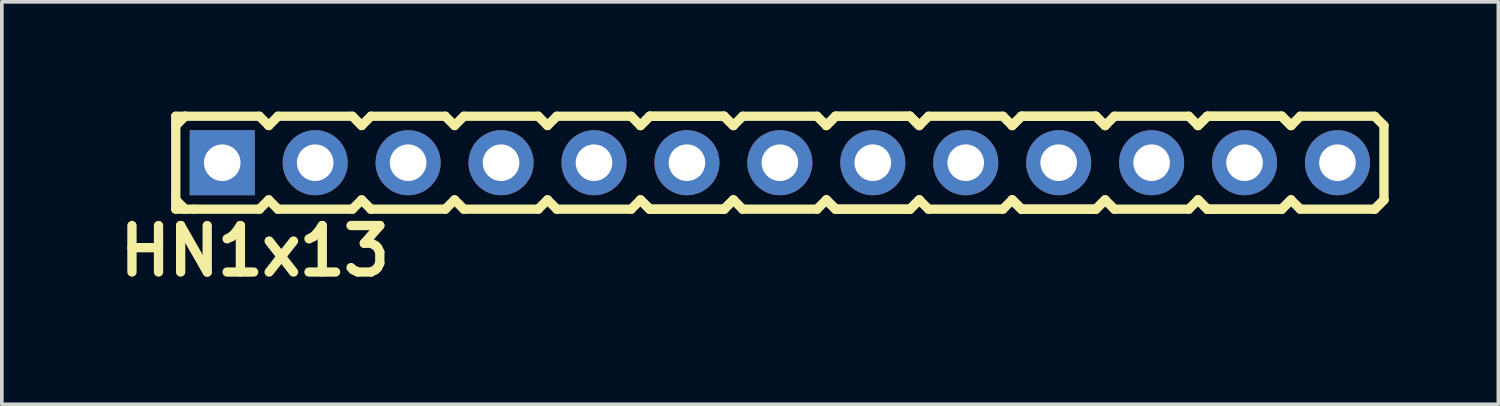
<source format=kicad_pcb>
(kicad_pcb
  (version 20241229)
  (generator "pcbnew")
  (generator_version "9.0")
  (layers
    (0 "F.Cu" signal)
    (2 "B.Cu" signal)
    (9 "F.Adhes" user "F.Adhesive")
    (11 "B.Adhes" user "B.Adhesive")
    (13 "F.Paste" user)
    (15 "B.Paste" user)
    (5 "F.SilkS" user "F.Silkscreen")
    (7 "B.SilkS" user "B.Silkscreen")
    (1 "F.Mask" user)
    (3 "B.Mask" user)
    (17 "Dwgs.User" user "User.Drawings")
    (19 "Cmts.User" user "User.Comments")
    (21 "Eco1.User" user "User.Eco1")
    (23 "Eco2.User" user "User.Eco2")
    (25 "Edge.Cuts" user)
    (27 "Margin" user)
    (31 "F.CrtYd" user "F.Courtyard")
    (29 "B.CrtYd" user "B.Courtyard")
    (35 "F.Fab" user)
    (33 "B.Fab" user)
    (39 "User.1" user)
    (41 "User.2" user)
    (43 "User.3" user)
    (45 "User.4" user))
  (footprint "HN1x13"
    (layer "F.Cu")
    (at 18.264 1.397)
    (property "Reference" "HN1x13" (at -14.351 2.413 0) (layer "F.SilkS") (effects (font (size 1.27 1.27) (thickness 0.254))))
    (attr smd)
    (fp_line (start -16.51 -1.27) (end -16.51 1.27) (stroke (width 0.254) (type solid)) (layer "F.SilkS"))
    (fp_line (start -16.51 -1.27) (end -16.256 -1.27) (stroke (width 0.254) (type solid)) (layer "F.SilkS"))
    (fp_line (start -16.51 -1.016) (end -16.256 -1.27) (stroke (width 0.254) (type solid)) (layer "F.SilkS"))
    (fp_line (start -16.256 -1.27) (end -14.224 -1.27) (stroke (width 0.254) (type solid)) (layer "F.SilkS"))
    (fp_line (start -16.256 1.27) (end -16.51 1.016) (stroke (width 0.254) (type solid)) (layer "F.SilkS"))
    (fp_line (start -16.002 1.27) (end -16.51 1.27) (stroke (width 0.254) (type solid)) (layer "F.SilkS"))
    (fp_line (start -14.224 -1.27) (end -13.97 -1.016) (stroke (width 0.254) (type solid)) (layer "F.SilkS"))
    (fp_line (start -14.224 1.27) (end -16.002 1.27) (stroke (width 0.254) (type solid)) (layer "F.SilkS"))
    (fp_line (start -13.97 -1.016) (end -13.716 -1.27) (stroke (width 0.254) (type solid)) (layer "F.SilkS"))
    (fp_line (start -13.97 1.016) (end -14.224 1.27) (stroke (width 0.254) (type solid)) (layer "F.SilkS"))
    (fp_line (start -13.716 -1.27) (end -11.684 -1.27) (stroke (width 0.254) (type solid)) (layer "F.SilkS"))
    (fp_line (start -13.716 1.27) (end -13.97 1.016) (stroke (width 0.254) (type solid)) (layer "F.SilkS"))
    (fp_line (start -11.684 -1.27) (end -11.43 -1.016) (stroke (width 0.254) (type solid)) (layer "F.SilkS"))
    (fp_line (start -11.684 1.27) (end -13.716 1.27) (stroke (width 0.254) (type solid)) (layer "F.SilkS"))
    (fp_line (start -11.684 1.27) (end -11.43 1.016) (stroke (width 0.254) (type solid)) (layer "F.SilkS"))
    (fp_line (start -11.43 -1.016) (end -11.176 -1.27) (stroke (width 0.254) (type solid)) (layer "F.SilkS"))
    (fp_line (start -11.43 1.016) (end -11.176 1.27) (stroke (width 0.254) (type solid)) (layer "F.SilkS"))
    (fp_line (start -11.176 -1.27) (end -9.144 -1.27) (stroke (width 0.254) (type solid)) (layer "F.SilkS"))
    (fp_line (start -9.144 -1.27) (end -8.89 -1.016) (stroke (width 0.254) (type solid)) (layer "F.SilkS"))
    (fp_line (start -9.144 1.27) (end -11.176 1.27) (stroke (width 0.254) (type solid)) (layer "F.SilkS"))
    (fp_line (start -8.89 -1.016) (end -8.636 -1.27) (stroke (width 0.254) (type solid)) (layer "F.SilkS"))
    (fp_line (start -8.89 1.016) (end -9.144 1.27) (stroke (width 0.254) (type solid)) (layer "F.SilkS"))
    (fp_line (start -8.636 -1.27) (end -6.604 -1.27) (stroke (width 0.254) (type solid)) (layer "F.SilkS"))
    (fp_line (start -8.636 1.27) (end -8.89 1.016) (stroke (width 0.254) (type solid)) (layer "F.SilkS"))
    (fp_line (start -6.604 -1.27) (end -6.35 -1.016) (stroke (width 0.254) (type solid)) (layer "F.SilkS"))
    (fp_line (start -6.604 1.27) (end -8.636 1.27) (stroke (width 0.254) (type solid)) (layer "F.SilkS"))
    (fp_line (start -6.35 -1.016) (end -6.096 -1.27) (stroke (width 0.254) (type solid)) (layer "F.SilkS"))
    (fp_line (start -6.35 1.016) (end -6.604 1.27) (stroke (width 0.254) (type solid)) (layer "F.SilkS"))
    (fp_line (start -6.096 -1.27) (end -4.064 -1.27) (stroke (width 0.254) (type solid)) (layer "F.SilkS"))
    (fp_line (start -6.096 1.27) (end -6.35 1.016) (stroke (width 0.254) (type solid)) (layer "F.SilkS"))
    (fp_line (start -4.064 -1.27) (end -3.81 -1.016) (stroke (width 0.254) (type solid)) (layer "F.SilkS"))
    (fp_line (start -4.064 1.27) (end -6.096 1.27) (stroke (width 0.254) (type solid)) (layer "F.SilkS"))
    (fp_line (start -3.81 -1.016) (end -3.556 -1.27) (stroke (width 0.254) (type solid)) (layer "F.SilkS"))
    (fp_line (start -3.81 -1.016) (end -3.556 -1.27) (stroke (width 0.254) (type solid)) (layer "F.SilkS"))
    (fp_line (start -3.81 1.016) (end -4.064 1.27) (stroke (width 0.254) (type solid)) (layer "F.SilkS"))
    (fp_line (start -3.556 -1.27) (end -1.524 -1.27) (stroke (width 0.254) (type solid)) (layer "F.SilkS"))
    (fp_line (start -3.556 -1.27) (end -1.524 -1.27) (stroke (width 0.254) (type solid)) (layer "F.SilkS"))
    (fp_line (start -3.556 1.27) (end -3.81 1.016) (stroke (width 0.254) (type solid)) (layer "F.SilkS"))
    (fp_line (start -3.556 1.27) (end -3.81 1.016) (stroke (width 0.254) (type solid)) (layer "F.SilkS"))
    (fp_line (start -1.524 -1.27) (end -1.27 -1.016) (stroke (width 0.254) (type solid)) (layer "F.SilkS"))
    (fp_line (start -1.524 -1.27) (end -1.27 -1.016) (stroke (width 0.254) (type solid)) (layer "F.SilkS"))
    (fp_line (start -1.524 1.27) (end -3.556 1.27) (stroke (width 0.254) (type solid)) (layer "F.SilkS"))
    (fp_line (start -1.524 1.27) (end -3.556 1.27) (stroke (width 0.254) (type solid)) (layer "F.SilkS"))
    (fp_line (start -1.27 -1.016) (end -1.016 -1.27) (stroke (width 0.254) (type solid)) (layer "F.SilkS"))
    (fp_line (start -1.27 1.016) (end -1.524 1.27) (stroke (width 0.254) (type solid)) (layer "F.SilkS"))
    (fp_line (start -1.27 1.016) (end -1.524 1.27) (stroke (width 0.254) (type solid)) (layer "F.SilkS"))
    (fp_line (start -1.016 -1.27) (end 1.016 -1.27) (stroke (width 0.254) (type solid)) (layer "F.SilkS"))
    (fp_line (start -1.016 1.27) (end -1.27 1.016) (stroke (width 0.254) (type solid)) (layer "F.SilkS"))
    (fp_line (start 1.016 -1.27) (end 1.27 -1.016) (stroke (width 0.254) (type solid)) (layer "F.SilkS"))
    (fp_line (start 1.016 1.27) (end -1.016 1.27) (stroke (width 0.254) (type solid)) (layer "F.SilkS"))
    (fp_line (start 1.27 -1.016) (end 1.524 -1.27) (stroke (width 0.254) (type solid)) (layer "F.SilkS"))
    (fp_line (start 1.27 -1.016) (end 1.524 -1.27) (stroke (width 0.254) (type solid)) (layer "F.SilkS"))
    (fp_line (start 1.27 1.016) (end 1.016 1.27) (stroke (width 0.254) (type solid)) (layer "F.SilkS"))
    (fp_line (start 1.524 -1.27) (end 3.556 -1.27) (stroke (width 0.254) (type solid)) (layer "F.SilkS"))
    (fp_line (start 1.524 -1.27) (end 3.556 -1.27) (stroke (width 0.254) (type solid)) (layer "F.SilkS"))
    (fp_line (start 1.524 1.27) (end 1.27 1.016) (stroke (width 0.254) (type solid)) (layer "F.SilkS"))
    (fp_line (start 1.524 1.27) (end 1.27 1.016) (stroke (width 0.254) (type solid)) (layer "F.SilkS"))
    (fp_line (start 3.556 -1.27) (end 3.81 -1.016) (stroke (width 0.254) (type solid)) (layer "F.SilkS"))
    (fp_line (start 3.556 -1.27) (end 3.81 -1.016) (stroke (width 0.254) (type solid)) (layer "F.SilkS"))
    (fp_line (start 3.556 1.27) (end 1.524 1.27) (stroke (width 0.254) (type solid)) (layer "F.SilkS"))
    (fp_line (start 3.556 1.27) (end 1.524 1.27) (stroke (width 0.254) (type solid)) (layer "F.SilkS"))
    (fp_line (start 3.81 -1.016) (end 4.064 -1.27) (stroke (width 0.254) (type solid)) (layer "F.SilkS"))
    (fp_line (start 3.81 1.016) (end 3.556 1.27) (stroke (width 0.254) (type solid)) (layer "F.SilkS"))
    (fp_line (start 3.81 1.016) (end 3.556 1.27) (stroke (width 0.254) (type solid)) (layer "F.SilkS"))
    (fp_line (start 4.064 -1.27) (end 6.096 -1.27) (stroke (width 0.254) (type solid)) (layer "F.SilkS"))
    (fp_line (start 4.064 1.27) (end 3.81 1.016) (stroke (width 0.254) (type solid)) (layer "F.SilkS"))
    (fp_line (start 6.096 -1.27) (end 6.35 -1.016) (stroke (width 0.254) (type solid)) (layer "F.SilkS"))
    (fp_line (start 6.096 1.27) (end 4.064 1.27) (stroke (width 0.254) (type solid)) (layer "F.SilkS"))
    (fp_line (start 6.35 -1.016) (end 6.604 -1.27) (stroke (width 0.254) (type solid)) (layer "F.SilkS"))
    (fp_line (start 6.35 -1.016) (end 6.604 -1.27) (stroke (width 0.254) (type solid)) (layer "F.SilkS"))
    (fp_line (start 6.35 1.016) (end 6.096 1.27) (stroke (width 0.254) (type solid)) (layer "F.SilkS"))
    (fp_line (start 6.604 -1.27) (end 8.636 -1.27) (stroke (width 0.254) (type solid)) (layer "F.SilkS"))
    (fp_line (start 6.604 -1.27) (end 8.636 -1.27) (stroke (width 0.254) (type solid)) (layer "F.SilkS"))
    (fp_line (start 6.604 1.27) (end 6.35 1.016) (stroke (width 0.254) (type solid)) (layer "F.SilkS"))
    (fp_line (start 6.604 1.27) (end 6.35 1.016) (stroke (width 0.254) (type solid)) (layer "F.SilkS"))
    (fp_line (start 8.636 -1.27) (end 8.89 -1.016) (stroke (width 0.254) (type solid)) (layer "F.SilkS"))
    (fp_line (start 8.636 -1.27) (end 8.89 -1.016) (stroke (width 0.254) (type solid)) (layer "F.SilkS"))
    (fp_line (start 8.636 1.27) (end 6.604 1.27) (stroke (width 0.254) (type solid)) (layer "F.SilkS"))
    (fp_line (start 8.636 1.27) (end 6.604 1.27) (stroke (width 0.254) (type solid)) (layer "F.SilkS"))
    (fp_line (start 8.89 -1.016) (end 9.144 -1.27) (stroke (width 0.254) (type solid)) (layer "F.SilkS"))
    (fp_line (start 8.89 1.016) (end 8.636 1.27) (stroke (width 0.254) (type solid)) (layer "F.SilkS"))
    (fp_line (start 8.89 1.016) (end 8.636 1.27) (stroke (width 0.254) (type solid)) (layer "F.SilkS"))
    (fp_line (start 9.144 -1.27) (end 11.176 -1.27) (stroke (width 0.254) (type solid)) (layer "F.SilkS"))
    (fp_line (start 9.144 1.27) (end 8.89 1.016) (stroke (width 0.254) (type solid)) (layer "F.SilkS"))
    (fp_line (start 11.176 -1.27) (end 11.43 -1.016) (stroke (width 0.254) (type solid)) (layer "F.SilkS"))
    (fp_line (start 11.176 1.27) (end 9.144 1.27) (stroke (width 0.254) (type solid)) (layer "F.SilkS"))
    (fp_line (start 11.43 -1.016) (end 11.684 -1.27) (stroke (width 0.254) (type solid)) (layer "F.SilkS"))
    (fp_line (start 11.43 -1.016) (end 11.684 -1.27) (stroke (width 0.254) (type solid)) (layer "F.SilkS"))
    (fp_line (start 11.43 1.016) (end 11.176 1.27) (stroke (width 0.254) (type solid)) (layer "F.SilkS"))
    (fp_line (start 11.684 -1.27) (end 13.716 -1.27) (stroke (width 0.254) (type solid)) (layer "F.SilkS"))
    (fp_line (start 11.684 -1.27) (end 13.716 -1.27) (stroke (width 0.254) (type solid)) (layer "F.SilkS"))
    (fp_line (start 11.684 1.27) (end 11.43 1.016) (stroke (width 0.254) (type solid)) (layer "F.SilkS"))
    (fp_line (start 11.684 1.27) (end 11.43 1.016) (stroke (width 0.254) (type solid)) (layer "F.SilkS"))
    (fp_line (start 13.716 -1.27) (end 13.97 -1.016) (stroke (width 0.254) (type solid)) (layer "F.SilkS"))
    (fp_line (start 13.716 -1.27) (end 13.97 -1.016) (stroke (width 0.254) (type solid)) (layer "F.SilkS"))
    (fp_line (start 13.716 1.27) (end 11.684 1.27) (stroke (width 0.254) (type solid)) (layer "F.SilkS"))
    (fp_line (start 13.716 1.27) (end 11.684 1.27) (stroke (width 0.254) (type solid)) (layer "F.SilkS"))
    (fp_line (start 13.97 -1.016) (end 14.224 -1.27) (stroke (width 0.254) (type solid)) (layer "F.SilkS"))
    (fp_line (start 13.97 1.016) (end 13.716 1.27) (stroke (width 0.254) (type solid)) (layer "F.SilkS"))
    (fp_line (start 13.97 1.016) (end 13.716 1.27) (stroke (width 0.254) (type solid)) (layer "F.SilkS"))
    (fp_line (start 14.224 -1.27) (end 16.256 -1.27) (stroke (width 0.254) (type solid)) (layer "F.SilkS"))
    (fp_line (start 14.224 1.27) (end 13.97 1.016) (stroke (width 0.254) (type solid)) (layer "F.SilkS"))
    (fp_line (start 16.256 -1.27) (end 16.51 -1.016) (stroke (width 0.254) (type solid)) (layer "F.SilkS"))
    (fp_line (start 16.256 1.27) (end 14.224 1.27) (stroke (width 0.254) (type solid)) (layer "F.SilkS"))
    (fp_line (start 16.51 -1.016) (end 16.51 1.016) (stroke (width 0.254) (type solid)) (layer "F.SilkS"))
    (fp_line (start 16.51 1.016) (end 16.256 1.27) (stroke (width 0.254) (type solid)) (layer "F.SilkS"))
    (fp_line (start 16.51 1.016) (end 16.256 1.27) (stroke (width 0.254) (type solid)) (layer "F.SilkS"))
    (pad "1" thru_hole rect (at -15.24 0) (size 1.778 1.778) (drill 1) (layers "*.Cu" "*.Mask"))
    (pad "2" thru_hole circle (at -12.7 0) (size 1.778 1.778) (drill 1) (layers "*.Cu" "*.Mask"))
    (pad "3" thru_hole circle (at -10.16 0) (size 1.778 1.778) (drill 1) (layers "*.Cu" "*.Mask"))
    (pad "4" thru_hole circle (at -7.62 0) (size 1.778 1.778) (drill 1) (layers "*.Cu" "*.Mask"))
    (pad "5" thru_hole circle (at -5.08 0) (size 1.778 1.778) (drill 1) (layers "*.Cu" "*.Mask"))
    (pad "6" thru_hole circle (at -2.54 0) (size 1.778 1.778) (drill 1) (layers "*.Cu" "*.Mask"))
    (pad "7" thru_hole circle (at 0 0) (size 1.778 1.778) (drill 1) (layers "*.Cu" "*.Mask"))
    (pad "8" thru_hole circle (at 2.54 0) (size 1.778 1.778) (drill 1) (layers "*.Cu" "*.Mask"))
    (pad "9" thru_hole circle (at 5.08 0) (size 1.778 1.778) (drill 1) (layers "*.Cu" "*.Mask"))
    (pad "10" thru_hole circle (at 7.62 0) (size 1.778 1.778) (drill 1) (layers "*.Cu" "*.Mask"))
    (pad "11" thru_hole circle (at 10.16 0) (size 1.778 1.778) (drill 1) (layers "*.Cu" "*.Mask"))
    (pad "12" thru_hole circle (at 12.7 0) (size 1.778 1.778) (drill 1) (layers "*.Cu" "*.Mask"))
    (pad "13" thru_hole circle (at 15.24 0) (size 1.778 1.778) (drill 1) (layers "*.Cu" "*.Mask")))
  (gr_rect
    (start -3 -3)
    (end 37.901 7.999)
    (stroke (width 0.1) (type default))
    (fill no)
    (layer "Edge.Cuts")))
</source>
